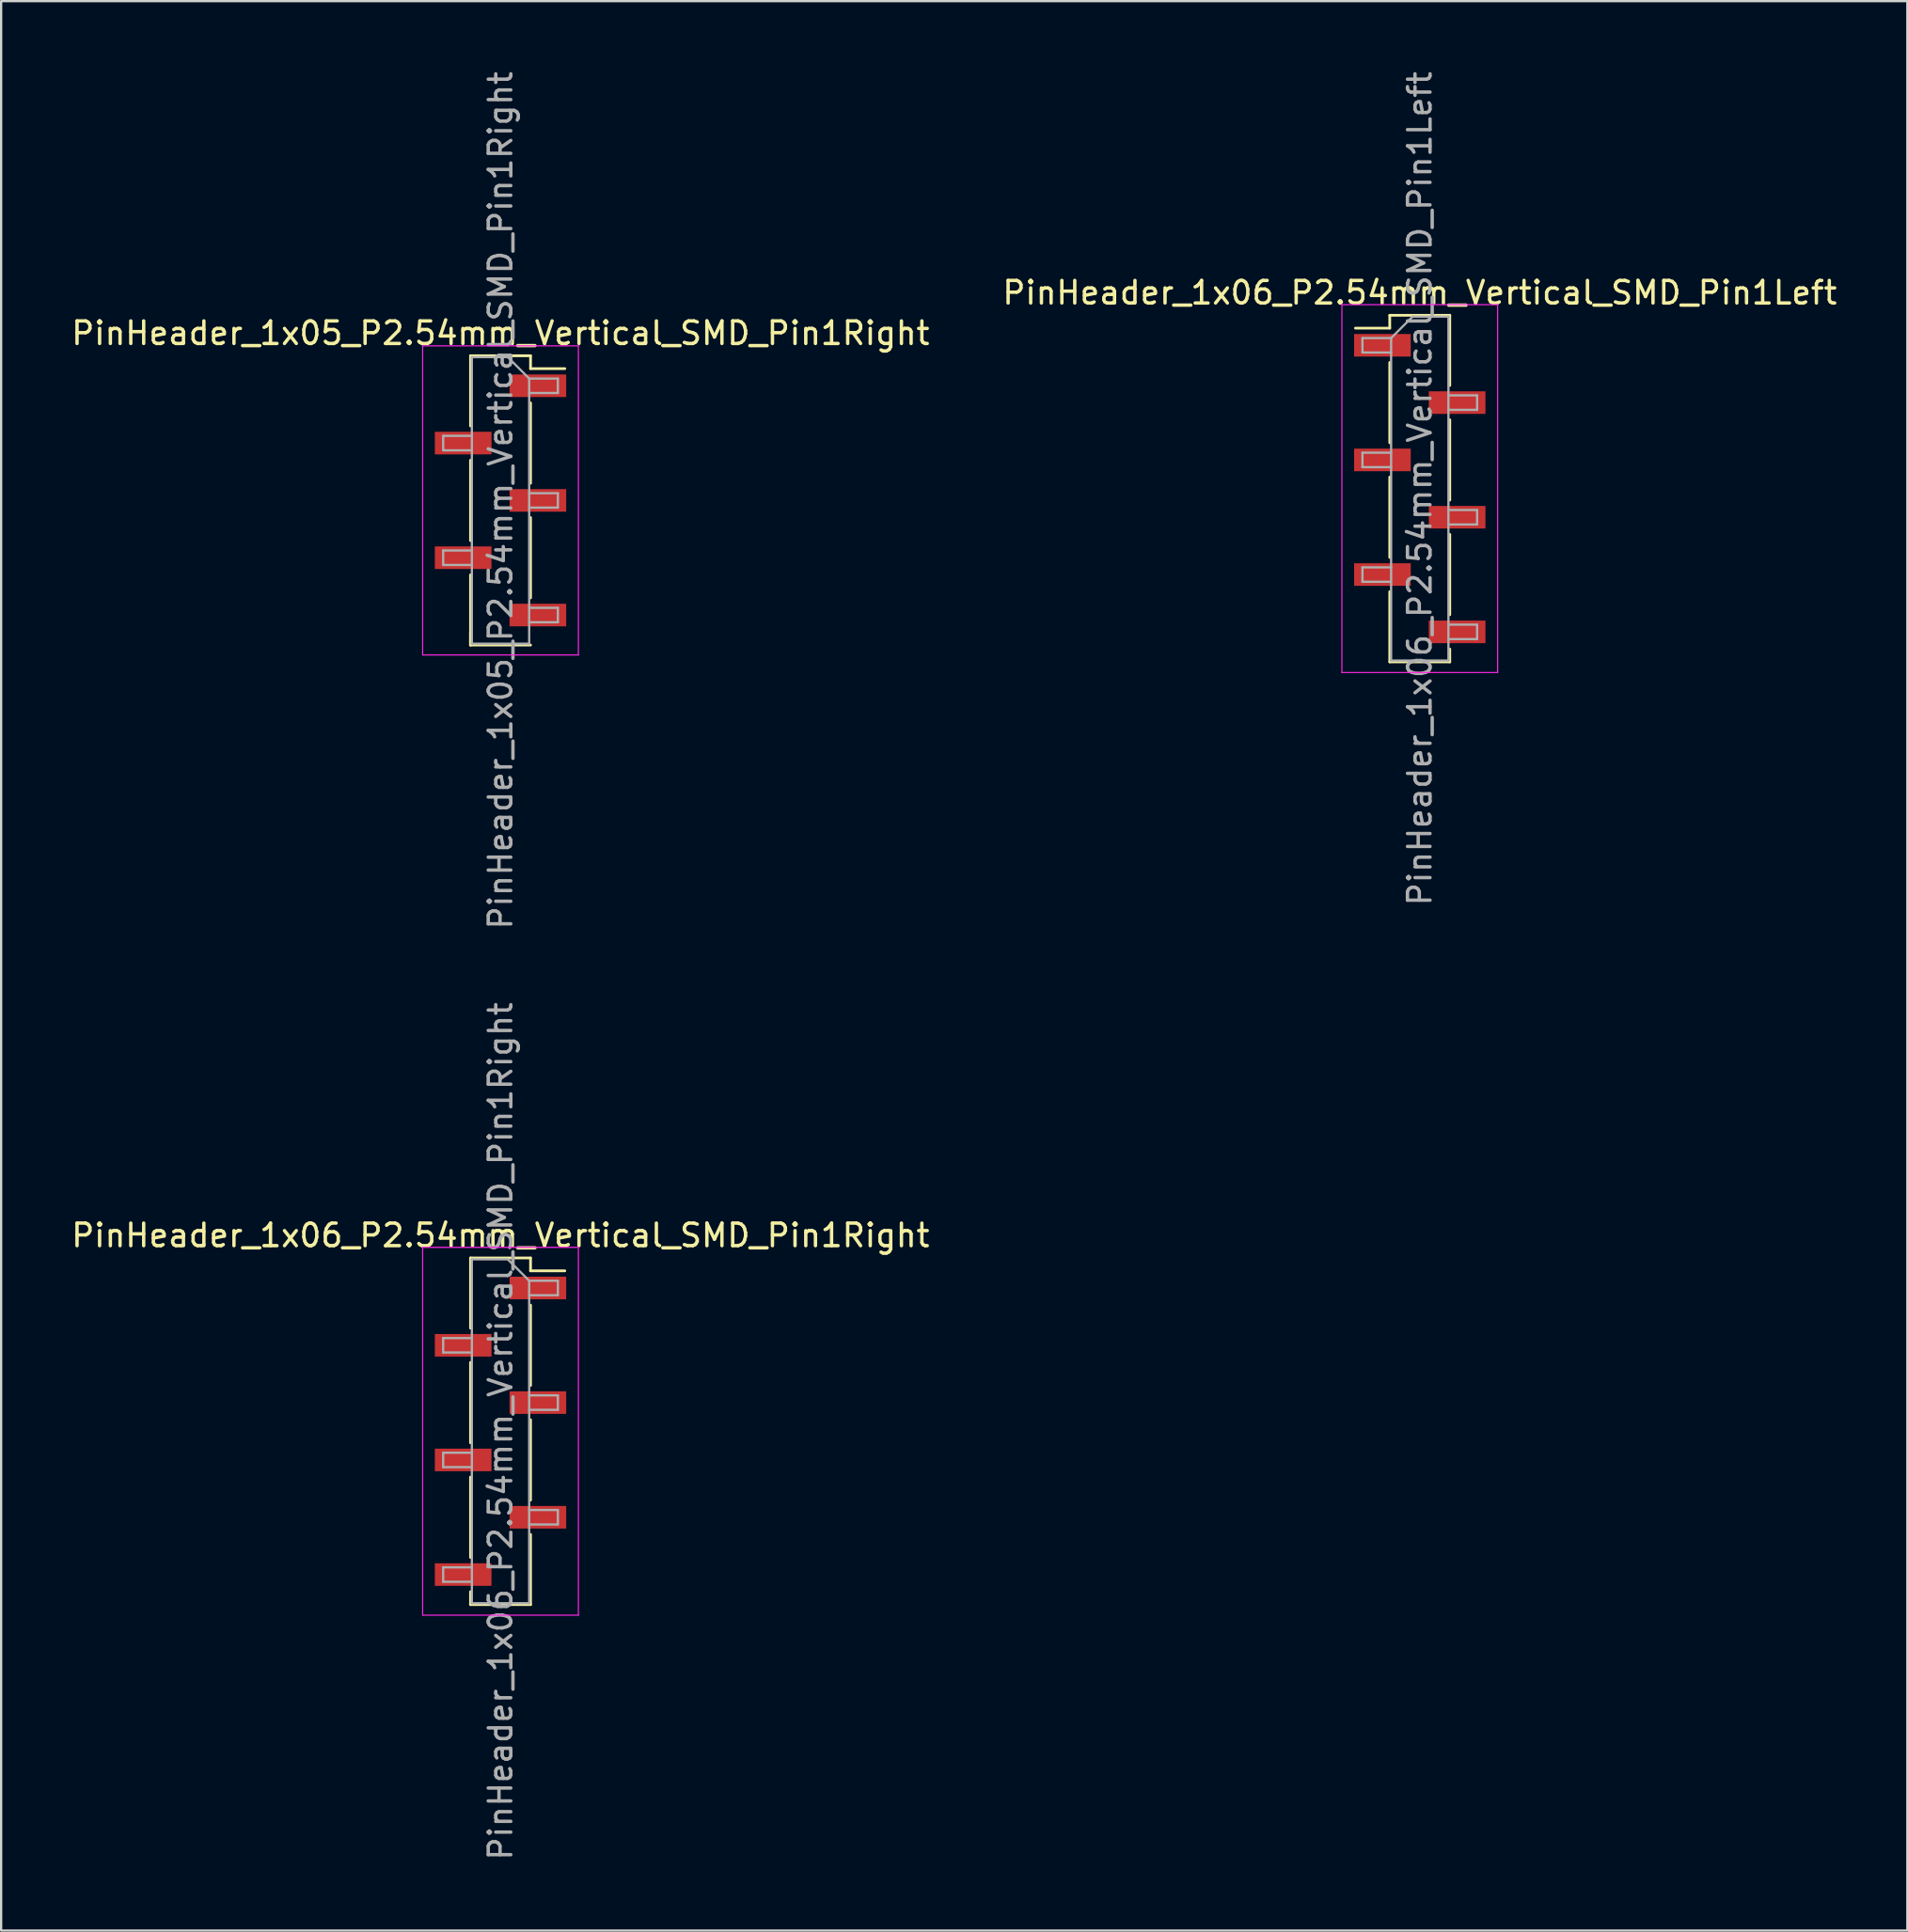
<source format=kicad_pcb>
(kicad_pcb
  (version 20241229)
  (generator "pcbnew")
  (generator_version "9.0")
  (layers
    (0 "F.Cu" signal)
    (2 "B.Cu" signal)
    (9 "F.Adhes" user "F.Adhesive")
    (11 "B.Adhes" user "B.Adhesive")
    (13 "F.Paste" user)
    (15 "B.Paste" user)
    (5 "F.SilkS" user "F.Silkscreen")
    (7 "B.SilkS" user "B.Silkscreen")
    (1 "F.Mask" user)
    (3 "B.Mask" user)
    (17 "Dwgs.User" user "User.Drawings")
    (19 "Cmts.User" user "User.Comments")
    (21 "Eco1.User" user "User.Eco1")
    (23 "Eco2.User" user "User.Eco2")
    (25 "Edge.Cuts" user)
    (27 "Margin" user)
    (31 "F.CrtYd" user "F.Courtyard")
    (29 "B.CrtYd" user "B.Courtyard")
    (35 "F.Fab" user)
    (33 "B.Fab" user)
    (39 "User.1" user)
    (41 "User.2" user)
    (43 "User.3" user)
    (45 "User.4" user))
  (footprint "PinHeader_1x06_P2.54mm_Vertical_SMD_Pin1Right"
    (layer "F.Cu")
    (at 19.125 60.375)
    (property "Reference" "PinHeader_1x06_P2.54mm_Vertical_SMD_Pin1Right" (at 0 -8.68 0) (layer "F.SilkS") (effects (font (size 1 1) (thickness 0.15))))
    (attr smd)
    (fp_line (start -1.33 -7.68) (end -1.33 -4.57) (stroke (width 0.12) (type solid)) (layer "F.SilkS"))
    (fp_line (start -1.33 -7.68) (end 1.33 -7.68) (stroke (width 0.12) (type solid)) (layer "F.SilkS"))
    (fp_line (start -1.33 -3.05) (end -1.33 0.51) (stroke (width 0.12) (type solid)) (layer "F.SilkS"))
    (fp_line (start -1.33 2.03) (end -1.33 5.59) (stroke (width 0.12) (type solid)) (layer "F.SilkS"))
    (fp_line (start -1.33 7.11) (end -1.33 7.68) (stroke (width 0.12) (type solid)) (layer "F.SilkS"))
    (fp_line (start -1.33 7.68) (end 1.33 7.68) (stroke (width 0.12) (type solid)) (layer "F.SilkS"))
    (fp_line (start 1.33 -7.68) (end 1.33 -7.11) (stroke (width 0.12) (type solid)) (layer "F.SilkS"))
    (fp_line (start 1.33 -7.11) (end 2.85 -7.11) (stroke (width 0.12) (type solid)) (layer "F.SilkS"))
    (fp_line (start 1.33 -5.59) (end 1.33 -2.03) (stroke (width 0.12) (type solid)) (layer "F.SilkS"))
    (fp_line (start 1.33 -0.51) (end 1.33 3.05) (stroke (width 0.12) (type solid)) (layer "F.SilkS"))
    (fp_line (start 1.33 4.57) (end 1.33 7.68) (stroke (width 0.12) (type solid)) (layer "F.SilkS"))
    (fp_line (start -3.45 -8.15) (end -3.45 8.15) (stroke (width 0.05) (type solid)) (layer "F.CrtYd"))
    (fp_line (start -3.45 8.15) (end 3.45 8.15) (stroke (width 0.05) (type solid)) (layer "F.CrtYd"))
    (fp_line (start 3.45 -8.15) (end -3.45 -8.15) (stroke (width 0.05) (type solid)) (layer "F.CrtYd"))
    (fp_line (start 3.45 8.15) (end 3.45 -8.15) (stroke (width 0.05) (type solid)) (layer "F.CrtYd"))
    (fp_line (start -2.54 -4.13) (end -2.54 -3.49) (stroke (width 0.1) (type solid)) (layer "F.Fab"))
    (fp_line (start -2.54 -3.49) (end -1.27 -3.49) (stroke (width 0.1) (type solid)) (layer "F.Fab"))
    (fp_line (start -2.54 0.95) (end -2.54 1.59) (stroke (width 0.1) (type solid)) (layer "F.Fab"))
    (fp_line (start -2.54 1.59) (end -1.27 1.59) (stroke (width 0.1) (type solid)) (layer "F.Fab"))
    (fp_line (start -2.54 6.03) (end -2.54 6.67) (stroke (width 0.1) (type solid)) (layer "F.Fab"))
    (fp_line (start -2.54 6.67) (end -1.27 6.67) (stroke (width 0.1) (type solid)) (layer "F.Fab"))
    (fp_line (start -1.27 -7.62) (end -1.27 7.62) (stroke (width 0.1) (type solid)) (layer "F.Fab"))
    (fp_line (start -1.27 -7.62) (end 0.32 -7.62) (stroke (width 0.1) (type solid)) (layer "F.Fab"))
    (fp_line (start -1.27 -4.13) (end -2.54 -4.13) (stroke (width 0.1) (type solid)) (layer "F.Fab"))
    (fp_line (start -1.27 0.95) (end -2.54 0.95) (stroke (width 0.1) (type solid)) (layer "F.Fab"))
    (fp_line (start -1.27 6.03) (end -2.54 6.03) (stroke (width 0.1) (type solid)) (layer "F.Fab"))
    (fp_line (start 1.27 -6.67) (end 0.32 -7.62) (stroke (width 0.1) (type solid)) (layer "F.Fab"))
    (fp_line (start 1.27 -6.67) (end 2.54 -6.67) (stroke (width 0.1) (type solid)) (layer "F.Fab"))
    (fp_line (start 1.27 -1.59) (end 2.54 -1.59) (stroke (width 0.1) (type solid)) (layer "F.Fab"))
    (fp_line (start 1.27 3.49) (end 2.54 3.49) (stroke (width 0.1) (type solid)) (layer "F.Fab"))
    (fp_line (start 1.27 7.62) (end -1.27 7.62) (stroke (width 0.1) (type solid)) (layer "F.Fab"))
    (fp_line (start 1.27 7.62) (end 1.27 -6.67) (stroke (width 0.1) (type solid)) (layer "F.Fab"))
    (fp_line (start 2.54 -6.67) (end 2.54 -6.03) (stroke (width 0.1) (type solid)) (layer "F.Fab"))
    (fp_line (start 2.54 -6.03) (end 1.27 -6.03) (stroke (width 0.1) (type solid)) (layer "F.Fab"))
    (fp_line (start 2.54 -1.59) (end 2.54 -0.95) (stroke (width 0.1) (type solid)) (layer "F.Fab"))
    (fp_line (start 2.54 -0.95) (end 1.27 -0.95) (stroke (width 0.1) (type solid)) (layer "F.Fab"))
    (fp_line (start 2.54 3.49) (end 2.54 4.13) (stroke (width 0.1) (type solid)) (layer "F.Fab"))
    (fp_line (start 2.54 4.13) (end 1.27 4.13) (stroke (width 0.1) (type solid)) (layer "F.Fab"))
    (fp_text user "${REFERENCE}" (at 0 0 90) (layer "F.Fab") (effects (font (size 1 1) (thickness 0.15))))
    (pad "1" smd rect (at 1.655 -6.35) (size 2.51 1) (layers "F.Cu" "F.Mask" "F.Paste"))
    (pad "2" smd rect (at -1.655 -3.81) (size 2.51 1) (layers "F.Cu" "F.Mask" "F.Paste"))
    (pad "3" smd rect (at 1.655 -1.27) (size 2.51 1) (layers "F.Cu" "F.Mask" "F.Paste"))
    (pad "4" smd rect (at -1.655 1.27) (size 2.51 1) (layers "F.Cu" "F.Mask" "F.Paste"))
    (pad "5" smd rect (at 1.655 3.81) (size 2.51 1) (layers "F.Cu" "F.Mask" "F.Paste"))
    (pad "6" smd rect (at -1.655 6.35) (size 2.51 1) (layers "F.Cu" "F.Mask" "F.Paste")))
  (footprint "PinHeader_1x05_P2.54mm_Vertical_SMD_Pin1Right"
    (layer "F.Cu")
    (at 19.125 19.125)
    (property "Reference" "PinHeader_1x05_P2.54mm_Vertical_SMD_Pin1Right" (at 0 -7.41 0) (layer "F.SilkS") (effects (font (size 1 1) (thickness 0.15))))
    (attr smd)
    (fp_line (start -1.33 -6.41) (end -1.33 -3.3) (stroke (width 0.12) (type solid)) (layer "F.SilkS"))
    (fp_line (start -1.33 -6.41) (end 1.33 -6.41) (stroke (width 0.12) (type solid)) (layer "F.SilkS"))
    (fp_line (start -1.33 -1.78) (end -1.33 1.78) (stroke (width 0.12) (type solid)) (layer "F.SilkS"))
    (fp_line (start -1.33 3.3) (end -1.33 6.41) (stroke (width 0.12) (type solid)) (layer "F.SilkS"))
    (fp_line (start -1.33 5.84) (end -1.33 6.41) (stroke (width 0.12) (type solid)) (layer "F.SilkS"))
    (fp_line (start -1.33 6.41) (end 1.33 6.41) (stroke (width 0.12) (type solid)) (layer "F.SilkS"))
    (fp_line (start 1.33 -6.41) (end 1.33 -5.84) (stroke (width 0.12) (type solid)) (layer "F.SilkS"))
    (fp_line (start 1.33 -5.84) (end 2.85 -5.84) (stroke (width 0.12) (type solid)) (layer "F.SilkS"))
    (fp_line (start 1.33 -4.32) (end 1.33 -0.76) (stroke (width 0.12) (type solid)) (layer "F.SilkS"))
    (fp_line (start 1.33 0.76) (end 1.33 4.32) (stroke (width 0.12) (type solid)) (layer "F.SilkS"))
    (fp_line (start -3.45 -6.85) (end -3.45 6.85) (stroke (width 0.05) (type solid)) (layer "F.CrtYd"))
    (fp_line (start -3.45 6.85) (end 3.45 6.85) (stroke (width 0.05) (type solid)) (layer "F.CrtYd"))
    (fp_line (start 3.45 -6.85) (end -3.45 -6.85) (stroke (width 0.05) (type solid)) (layer "F.CrtYd"))
    (fp_line (start 3.45 6.85) (end 3.45 -6.85) (stroke (width 0.05) (type solid)) (layer "F.CrtYd"))
    (fp_line (start -2.54 -2.86) (end -2.54 -2.22) (stroke (width 0.1) (type solid)) (layer "F.Fab"))
    (fp_line (start -2.54 -2.22) (end -1.27 -2.22) (stroke (width 0.1) (type solid)) (layer "F.Fab"))
    (fp_line (start -2.54 2.22) (end -2.54 2.86) (stroke (width 0.1) (type solid)) (layer "F.Fab"))
    (fp_line (start -2.54 2.86) (end -1.27 2.86) (stroke (width 0.1) (type solid)) (layer "F.Fab"))
    (fp_line (start -1.27 -6.35) (end -1.27 6.35) (stroke (width 0.1) (type solid)) (layer "F.Fab"))
    (fp_line (start -1.27 -6.35) (end 0.32 -6.35) (stroke (width 0.1) (type solid)) (layer "F.Fab"))
    (fp_line (start -1.27 -2.86) (end -2.54 -2.86) (stroke (width 0.1) (type solid)) (layer "F.Fab"))
    (fp_line (start -1.27 2.22) (end -2.54 2.22) (stroke (width 0.1) (type solid)) (layer "F.Fab"))
    (fp_line (start 1.27 -5.4) (end 0.32 -6.35) (stroke (width 0.1) (type solid)) (layer "F.Fab"))
    (fp_line (start 1.27 -5.4) (end 2.54 -5.4) (stroke (width 0.1) (type solid)) (layer "F.Fab"))
    (fp_line (start 1.27 -0.32) (end 2.54 -0.32) (stroke (width 0.1) (type solid)) (layer "F.Fab"))
    (fp_line (start 1.27 4.76) (end 2.54 4.76) (stroke (width 0.1) (type solid)) (layer "F.Fab"))
    (fp_line (start 1.27 6.35) (end -1.27 6.35) (stroke (width 0.1) (type solid)) (layer "F.Fab"))
    (fp_line (start 1.27 6.35) (end 1.27 -5.4) (stroke (width 0.1) (type solid)) (layer "F.Fab"))
    (fp_line (start 2.54 -5.4) (end 2.54 -4.76) (stroke (width 0.1) (type solid)) (layer "F.Fab"))
    (fp_line (start 2.54 -4.76) (end 1.27 -4.76) (stroke (width 0.1) (type solid)) (layer "F.Fab"))
    (fp_line (start 2.54 -0.32) (end 2.54 0.32) (stroke (width 0.1) (type solid)) (layer "F.Fab"))
    (fp_line (start 2.54 0.32) (end 1.27 0.32) (stroke (width 0.1) (type solid)) (layer "F.Fab"))
    (fp_line (start 2.54 4.76) (end 2.54 5.4) (stroke (width 0.1) (type solid)) (layer "F.Fab"))
    (fp_line (start 2.54 5.4) (end 1.27 5.4) (stroke (width 0.1) (type solid)) (layer "F.Fab"))
    (fp_text user "${REFERENCE}" (at 0 0 90) (layer "F.Fab") (effects (font (size 1 1) (thickness 0.15))))
    (pad "1" smd rect (at 1.655 -5.08) (size 2.51 1) (layers "F.Cu" "F.Mask" "F.Paste"))
    (pad "2" smd rect (at -1.655 -2.54) (size 2.51 1) (layers "F.Cu" "F.Mask" "F.Paste"))
    (pad "3" smd rect (at 1.655 0) (size 2.51 1) (layers "F.Cu" "F.Mask" "F.Paste"))
    (pad "4" smd rect (at -1.655 2.54) (size 2.51 1) (layers "F.Cu" "F.Mask" "F.Paste"))
    (pad "5" smd rect (at 1.655 5.08) (size 2.51 1) (layers "F.Cu" "F.Mask" "F.Paste")))
  (footprint "PinHeader_1x06_P2.54mm_Vertical_SMD_Pin1Left"
    (layer "F.Cu")
    (at 59.851 18.601)
    (property "Reference" "PinHeader_1x06_P2.54mm_Vertical_SMD_Pin1Left" (at 0 -8.68 0) (layer "F.SilkS") (effects (font (size 1 1) (thickness 0.15))))
    (attr smd)
    (fp_line (start -1.33 -7.68) (end -1.33 -7.11) (stroke (width 0.12) (type solid)) (layer "F.SilkS"))
    (fp_line (start -1.33 -7.68) (end 1.33 -7.68) (stroke (width 0.12) (type solid)) (layer "F.SilkS"))
    (fp_line (start -1.33 -7.11) (end -2.85 -7.11) (stroke (width 0.12) (type solid)) (layer "F.SilkS"))
    (fp_line (start -1.33 -5.59) (end -1.33 -2.03) (stroke (width 0.12) (type solid)) (layer "F.SilkS"))
    (fp_line (start -1.33 -0.51) (end -1.33 3.05) (stroke (width 0.12) (type solid)) (layer "F.SilkS"))
    (fp_line (start -1.33 4.57) (end -1.33 7.68) (stroke (width 0.12) (type solid)) (layer "F.SilkS"))
    (fp_line (start -1.33 7.68) (end 1.33 7.68) (stroke (width 0.12) (type solid)) (layer "F.SilkS"))
    (fp_line (start 1.33 -7.68) (end 1.33 -4.57) (stroke (width 0.12) (type solid)) (layer "F.SilkS"))
    (fp_line (start 1.33 -3.05) (end 1.33 0.51) (stroke (width 0.12) (type solid)) (layer "F.SilkS"))
    (fp_line (start 1.33 2.03) (end 1.33 5.59) (stroke (width 0.12) (type solid)) (layer "F.SilkS"))
    (fp_line (start 1.33 7.11) (end 1.33 7.68) (stroke (width 0.12) (type solid)) (layer "F.SilkS"))
    (fp_line (start -3.45 -8.15) (end -3.45 8.15) (stroke (width 0.05) (type solid)) (layer "F.CrtYd"))
    (fp_line (start -3.45 8.15) (end 3.45 8.15) (stroke (width 0.05) (type solid)) (layer "F.CrtYd"))
    (fp_line (start 3.45 -8.15) (end -3.45 -8.15) (stroke (width 0.05) (type solid)) (layer "F.CrtYd"))
    (fp_line (start 3.45 8.15) (end 3.45 -8.15) (stroke (width 0.05) (type solid)) (layer "F.CrtYd"))
    (fp_line (start -2.54 -6.67) (end -2.54 -6.03) (stroke (width 0.1) (type solid)) (layer "F.Fab"))
    (fp_line (start -2.54 -6.03) (end -1.27 -6.03) (stroke (width 0.1) (type solid)) (layer "F.Fab"))
    (fp_line (start -2.54 -1.59) (end -2.54 -0.95) (stroke (width 0.1) (type solid)) (layer "F.Fab"))
    (fp_line (start -2.54 -0.95) (end -1.27 -0.95) (stroke (width 0.1) (type solid)) (layer "F.Fab"))
    (fp_line (start -2.54 3.49) (end -2.54 4.13) (stroke (width 0.1) (type solid)) (layer "F.Fab"))
    (fp_line (start -2.54 4.13) (end -1.27 4.13) (stroke (width 0.1) (type solid)) (layer "F.Fab"))
    (fp_line (start -1.27 -6.67) (end -2.54 -6.67) (stroke (width 0.1) (type solid)) (layer "F.Fab"))
    (fp_line (start -1.27 -6.67) (end -0.32 -7.62) (stroke (width 0.1) (type solid)) (layer "F.Fab"))
    (fp_line (start -1.27 -1.59) (end -2.54 -1.59) (stroke (width 0.1) (type solid)) (layer "F.Fab"))
    (fp_line (start -1.27 3.49) (end -2.54 3.49) (stroke (width 0.1) (type solid)) (layer "F.Fab"))
    (fp_line (start -1.27 7.62) (end -1.27 -6.67) (stroke (width 0.1) (type solid)) (layer "F.Fab"))
    (fp_line (start -0.32 -7.62) (end 1.27 -7.62) (stroke (width 0.1) (type solid)) (layer "F.Fab"))
    (fp_line (start 1.27 -7.62) (end 1.27 7.62) (stroke (width 0.1) (type solid)) (layer "F.Fab"))
    (fp_line (start 1.27 -4.13) (end 2.54 -4.13) (stroke (width 0.1) (type solid)) (layer "F.Fab"))
    (fp_line (start 1.27 0.95) (end 2.54 0.95) (stroke (width 0.1) (type solid)) (layer "F.Fab"))
    (fp_line (start 1.27 6.03) (end 2.54 6.03) (stroke (width 0.1) (type solid)) (layer "F.Fab"))
    (fp_line (start 1.27 7.62) (end -1.27 7.62) (stroke (width 0.1) (type solid)) (layer "F.Fab"))
    (fp_line (start 2.54 -4.13) (end 2.54 -3.49) (stroke (width 0.1) (type solid)) (layer "F.Fab"))
    (fp_line (start 2.54 -3.49) (end 1.27 -3.49) (stroke (width 0.1) (type solid)) (layer "F.Fab"))
    (fp_line (start 2.54 0.95) (end 2.54 1.59) (stroke (width 0.1) (type solid)) (layer "F.Fab"))
    (fp_line (start 2.54 1.59) (end 1.27 1.59) (stroke (width 0.1) (type solid)) (layer "F.Fab"))
    (fp_line (start 2.54 6.03) (end 2.54 6.67) (stroke (width 0.1) (type solid)) (layer "F.Fab"))
    (fp_line (start 2.54 6.67) (end 1.27 6.67) (stroke (width 0.1) (type solid)) (layer "F.Fab"))
    (fp_text user "${REFERENCE}" (at 0 0 90) (layer "F.Fab") (effects (font (size 1 1) (thickness 0.15))))
    (pad "1" smd rect (at -1.655 -6.35) (size 2.51 1) (layers "F.Cu" "F.Mask" "F.Paste"))
    (pad "2" smd rect (at 1.655 -3.81) (size 2.51 1) (layers "F.Cu" "F.Mask" "F.Paste"))
    (pad "3" smd rect (at -1.655 -1.27) (size 2.51 1) (layers "F.Cu" "F.Mask" "F.Paste"))
    (pad "4" smd rect (at 1.655 1.27) (size 2.51 1) (layers "F.Cu" "F.Mask" "F.Paste"))
    (pad "5" smd rect (at -1.655 3.81) (size 2.51 1) (layers "F.Cu" "F.Mask" "F.Paste"))
    (pad "6" smd rect (at 1.655 6.35) (size 2.51 1) (layers "F.Cu" "F.Mask" "F.Paste")))
  (gr_rect
    (start -3 -3)
    (end 81.452 82.5)
    (stroke (width 0.1) (type default))
    (fill no)
    (layer "Edge.Cuts")))
</source>
